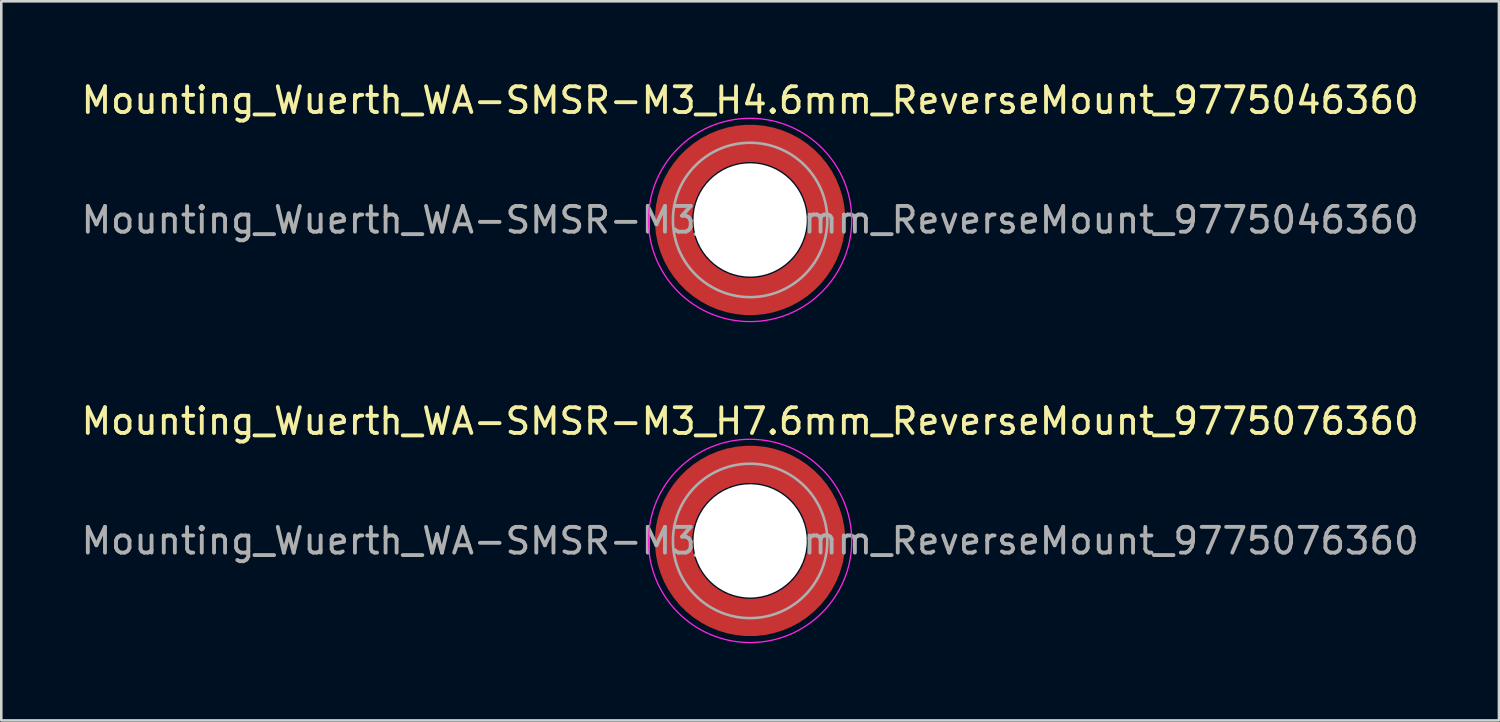
<source format=kicad_pcb>
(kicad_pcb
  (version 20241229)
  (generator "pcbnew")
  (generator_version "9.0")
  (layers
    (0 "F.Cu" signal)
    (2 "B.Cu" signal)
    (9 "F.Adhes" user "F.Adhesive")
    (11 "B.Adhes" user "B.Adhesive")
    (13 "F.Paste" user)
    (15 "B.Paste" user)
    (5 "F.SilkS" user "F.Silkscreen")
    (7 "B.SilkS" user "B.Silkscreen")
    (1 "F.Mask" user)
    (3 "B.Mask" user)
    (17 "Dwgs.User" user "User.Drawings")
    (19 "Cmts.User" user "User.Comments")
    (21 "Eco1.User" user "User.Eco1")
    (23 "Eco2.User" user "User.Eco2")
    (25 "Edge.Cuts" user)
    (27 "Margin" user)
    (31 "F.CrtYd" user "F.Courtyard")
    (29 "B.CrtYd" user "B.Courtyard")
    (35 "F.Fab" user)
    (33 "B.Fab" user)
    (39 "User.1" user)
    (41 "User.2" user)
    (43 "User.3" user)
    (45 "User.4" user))
  (footprint "Mounting_Wuerth_WA-SMSR-M3_H7.6mm_ReverseMount_9775076360"
    (layer "F.Cu")
    (at 26.101 17.971)
    (property "Reference" "Mounting_Wuerth_WA-SMSR-M3_H7.6mm_ReverseMount_9775076360" (at 0 -4.65 0) (layer "F.SilkS") (effects (font (size 1 1) (thickness 0.15))))
    (attr smd)
    (fp_circle (center 0 0) (end 3.95 0) (stroke (width 0.05) (type solid)) (fill no) (layer "F.CrtYd"))
    (fp_circle (center 0 0) (end 3 0) (stroke (width 0.1) (type solid)) (fill no) (layer "F.Fab"))
    (fp_text user "${REFERENCE}" (at 0 0 0) (layer "F.Fab") (effects (font (size 1 1) (thickness 0.15))))
    (pad "" smd custom (at -2.095 -2.095) (size 0.945 0.945) (layers "F.Paste") (options (anchor circle)) (primitives (gr_arc (start -0.24231 1.594804) (mid 0.404819 0.404819) (end 1.594804 -0.24231) (width 0.2)) (gr_arc (start -0.3398 1.594804) (mid 0.337349 0.337349) (end 1.594804 -0.3398) (width 0.2)) (gr_arc (start -0.437132 1.594804) (mid 0.269879 0.269879) (end 1.594804 -0.437132) (width 0.2)) (gr_arc (start -0.534324 1.594804) (mid 0.202409 0.202409) (end 1.594804 -0.534324) (width 0.2)) (gr_arc (start -0.631391 1.594804) (mid 0.134939 0.134939) (end 1.594804 -0.631391) (width 0.2)) (gr_arc (start -0.728345 1.594804) (mid 0.06747 0.06747) (end 1.594804 -0.728345) (width 0.2)) (gr_arc (start -0.825197 1.594804) (mid 0 0) (end 1.594804 -0.825197) (width 0.2)) (gr_arc (start -0.921958 1.594804) (mid -0.067469 -0.067469) (end 1.594804 -0.921958) (width 0.2)) (gr_arc (start -1.018637 1.594804) (mid -0.13494 -0.13494) (end 1.594804 -1.018637) (width 0.2)) (gr_arc (start -1.115239 1.594804) (mid -0.202409 -0.202409) (end 1.594804 -1.115239) (width 0.2)) (gr_arc (start -1.211773 1.594804) (mid -0.269879 -0.269879) (end 1.594804 -1.211773) (width 0.2)) (gr_arc (start -1.308244 1.594804) (mid -0.337349 -0.337349) (end 1.594804 -1.308244) (width 0.2)) (gr_arc (start -1.404657 1.594804) (mid -0.404819 -0.404819) (end 1.594804 -1.404657) (width 0.2)) (gr_arc (start -1.404657 1.594804) (mid -0.404819 -0.404819) (end 1.594804 -1.404657) (width 0.2)) (gr_line (start 1.595 -0.242) (end 1.595 -1.405) (width 0.2)) (gr_line (start -0.242 1.595) (end -1.405 1.595) (width 0.2))))
    (pad "" smd custom (at -2.095 2.095) (size 0.945 0.945) (layers "F.Paste") (options (anchor circle)) (primitives (gr_arc (start 1.594804 0.24231) (mid 0.404819 -0.404819) (end -0.24231 -1.594804) (width 0.2)) (gr_arc (start 1.594804 0.3398) (mid 0.337349 -0.337349) (end -0.3398 -1.594804) (width 0.2)) (gr_arc (start 1.594804 0.437132) (mid 0.269879 -0.269879) (end -0.437132 -1.594804) (width 0.2)) (gr_arc (start 1.594804 0.534324) (mid 0.202409 -0.202409) (end -0.534324 -1.594804) (width 0.2)) (gr_arc (start 1.594804 0.631391) (mid 0.134939 -0.134939) (end -0.631391 -1.594804) (width 0.2)) (gr_arc (start 1.594804 0.728345) (mid 0.06747 -0.06747) (end -0.728345 -1.594804) (width 0.2)) (gr_arc (start 1.594804 0.825197) (mid 0 0) (end -0.825197 -1.594804) (width 0.2)) (gr_arc (start 1.594804 0.921958) (mid -0.067469 0.067469) (end -0.921958 -1.594804) (width 0.2)) (gr_arc (start 1.594804 1.018637) (mid -0.13494 0.13494) (end -1.018637 -1.594804) (width 0.2)) (gr_arc (start 1.594804 1.115239) (mid -0.202409 0.202409) (end -1.115239 -1.594804) (width 0.2)) (gr_arc (start 1.594804 1.211773) (mid -0.269879 0.269879) (end -1.211773 -1.594804) (width 0.2)) (gr_arc (start 1.594804 1.308244) (mid -0.337349 0.337349) (end -1.308244 -1.594804) (width 0.2)) (gr_arc (start 1.594804 1.404657) (mid -0.404819 0.404819) (end -1.404657 -1.594804) (width 0.2)) (gr_arc (start 1.594804 1.404657) (mid -0.404819 0.404819) (end -1.404657 -1.594804) (width 0.2)) (gr_line (start -0.242 -1.595) (end -1.405 -1.595) (width 0.2)) (gr_line (start 1.595 0.242) (end 1.595 1.405) (width 0.2))))
    (pad "" np_thru_hole circle (at 0 0) (size 4.4 4.4) (drill 4.4) (layers "*.Cu" "*.Mask"))
    (pad "" smd custom (at 2.095 -2.095) (size 0.945 0.945) (layers "F.Paste") (options (anchor circle)) (primitives (gr_arc (start -1.594804 -0.24231) (mid -0.404819 0.404819) (end 0.24231 1.594804) (width 0.2)) (gr_arc (start -1.594804 -0.3398) (mid -0.337349 0.337349) (end 0.3398 1.594804) (width 0.2)) (gr_arc (start -1.594804 -0.437132) (mid -0.269879 0.269879) (end 0.437132 1.594804) (width 0.2)) (gr_arc (start -1.594804 -0.534324) (mid -0.202409 0.202409) (end 0.534324 1.594804) (width 0.2)) (gr_arc (start -1.594804 -0.631391) (mid -0.134939 0.134939) (end 0.631391 1.594804) (width 0.2)) (gr_arc (start -1.594804 -0.728345) (mid -0.06747 0.06747) (end 0.728345 1.594804) (width 0.2)) (gr_arc (start -1.594804 -0.825197) (mid 0 0) (end 0.825197 1.594804) (width 0.2)) (gr_arc (start -1.594804 -0.921958) (mid 0.067469 -0.067469) (end 0.921958 1.594804) (width 0.2)) (gr_arc (start -1.594804 -1.018637) (mid 0.13494 -0.13494) (end 1.018637 1.594804) (width 0.2)) (gr_arc (start -1.594804 -1.115239) (mid 0.202409 -0.202409) (end 1.115239 1.594804) (width 0.2)) (gr_arc (start -1.594804 -1.211773) (mid 0.269879 -0.269879) (end 1.211773 1.594804) (width 0.2)) (gr_arc (start -1.594804 -1.308244) (mid 0.337349 -0.337349) (end 1.308244 1.594804) (width 0.2)) (gr_arc (start -1.594804 -1.404657) (mid 0.404819 -0.404819) (end 1.404657 1.594804) (width 0.2)) (gr_arc (start -1.594804 -1.404657) (mid 0.404819 -0.404819) (end 1.404657 1.594804) (width 0.2)) (gr_line (start 0.242 1.595) (end 1.405 1.595) (width 0.2)) (gr_line (start -1.595 -0.242) (end -1.595 -1.405) (width 0.2))))
    (pad "" smd custom (at 2.095 2.095) (size 0.945 0.945) (layers "F.Paste") (options (anchor circle)) (primitives (gr_arc (start 0.24231 -1.594804) (mid -0.404819 -0.404819) (end -1.594804 0.24231) (width 0.2)) (gr_arc (start 0.3398 -1.594804) (mid -0.337349 -0.337349) (end -1.594804 0.3398) (width 0.2)) (gr_arc (start 0.437132 -1.594804) (mid -0.269879 -0.269879) (end -1.594804 0.437132) (width 0.2)) (gr_arc (start 0.534324 -1.594804) (mid -0.202409 -0.202409) (end -1.594804 0.534324) (width 0.2)) (gr_arc (start 0.631391 -1.594804) (mid -0.134939 -0.134939) (end -1.594804 0.631391) (width 0.2)) (gr_arc (start 0.728345 -1.594804) (mid -0.06747 -0.06747) (end -1.594804 0.728345) (width 0.2)) (gr_arc (start 0.825197 -1.594804) (mid 0 0) (end -1.594804 0.825197) (width 0.2)) (gr_arc (start 0.921958 -1.594804) (mid 0.067469 0.067469) (end -1.594804 0.921958) (width 0.2)) (gr_arc (start 1.018637 -1.594804) (mid 0.13494 0.13494) (end -1.594804 1.018637) (width 0.2)) (gr_arc (start 1.115239 -1.594804) (mid 0.202409 0.202409) (end -1.594804 1.115239) (width 0.2)) (gr_arc (start 1.211773 -1.594804) (mid 0.269879 0.269879) (end -1.594804 1.211773) (width 0.2)) (gr_arc (start 1.308244 -1.594804) (mid 0.337349 0.337349) (end -1.594804 1.308244) (width 0.2)) (gr_arc (start 1.404657 -1.594804) (mid 0.404819 0.404819) (end -1.594804 1.404657) (width 0.2)) (gr_arc (start 1.404657 -1.594804) (mid 0.404819 0.404819) (end -1.594804 1.404657) (width 0.2)) (gr_line (start -1.595 0.242) (end -1.595 1.405) (width 0.2)) (gr_line (start 0.242 -1.595) (end 1.405 -1.595) (width 0.2))))
    (pad "1" smd circle (at -2.975 0) (size 1.05 1.05) (layers "F.Cu"))
    (pad "1" smd circle (at 0 -2.975) (size 1.05 1.05) (layers "F.Cu"))
    (pad "1" smd circle (at 0 2.975) (size 1.05 1.05) (layers "F.Cu"))
    (pad "1" smd custom (at 2.975 0) (size 1.05 1.05) (layers "F.Cu" "F.Mask") (options (anchor circle)) (primitives (gr_circle (center -2.975 0) (end 0 0) (width 1.45) (fill no)))))
  (footprint "Mounting_Wuerth_WA-SMSR-M3_H4.6mm_ReverseMount_9775046360"
    (layer "F.Cu")
    (at 26.101 5.498)
    (property "Reference" "Mounting_Wuerth_WA-SMSR-M3_H4.6mm_ReverseMount_9775046360" (at 0 -4.65 0) (layer "F.SilkS") (effects (font (size 1 1) (thickness 0.15))))
    (attr smd)
    (fp_circle (center 0 0) (end 3.95 0) (stroke (width 0.05) (type solid)) (fill no) (layer "F.CrtYd"))
    (fp_circle (center 0 0) (end 3 0) (stroke (width 0.1) (type solid)) (fill no) (layer "F.Fab"))
    (fp_text user "${REFERENCE}" (at 0 0 0) (layer "F.Fab") (effects (font (size 1 1) (thickness 0.15))))
    (pad "" smd custom (at -2.095 -2.095) (size 0.945 0.945) (layers "F.Paste") (options (anchor circle)) (primitives (gr_arc (start -0.24231 1.594804) (mid 0.404819 0.404819) (end 1.594804 -0.24231) (width 0.2)) (gr_arc (start -0.3398 1.594804) (mid 0.337349 0.337349) (end 1.594804 -0.3398) (width 0.2)) (gr_arc (start -0.437132 1.594804) (mid 0.269879 0.269879) (end 1.594804 -0.437132) (width 0.2)) (gr_arc (start -0.534324 1.594804) (mid 0.202409 0.202409) (end 1.594804 -0.534324) (width 0.2)) (gr_arc (start -0.631391 1.594804) (mid 0.134939 0.134939) (end 1.594804 -0.631391) (width 0.2)) (gr_arc (start -0.728345 1.594804) (mid 0.06747 0.06747) (end 1.594804 -0.728345) (width 0.2)) (gr_arc (start -0.825197 1.594804) (mid 0 0) (end 1.594804 -0.825197) (width 0.2)) (gr_arc (start -0.921958 1.594804) (mid -0.067469 -0.067469) (end 1.594804 -0.921958) (width 0.2)) (gr_arc (start -1.018637 1.594804) (mid -0.13494 -0.13494) (end 1.594804 -1.018637) (width 0.2)) (gr_arc (start -1.115239 1.594804) (mid -0.202409 -0.202409) (end 1.594804 -1.115239) (width 0.2)) (gr_arc (start -1.211773 1.594804) (mid -0.269879 -0.269879) (end 1.594804 -1.211773) (width 0.2)) (gr_arc (start -1.308244 1.594804) (mid -0.337349 -0.337349) (end 1.594804 -1.308244) (width 0.2)) (gr_arc (start -1.404657 1.594804) (mid -0.404819 -0.404819) (end 1.594804 -1.404657) (width 0.2)) (gr_arc (start -1.404657 1.594804) (mid -0.404819 -0.404819) (end 1.594804 -1.404657) (width 0.2)) (gr_line (start 1.595 -0.242) (end 1.595 -1.405) (width 0.2)) (gr_line (start -0.242 1.595) (end -1.405 1.595) (width 0.2))))
    (pad "" smd custom (at -2.095 2.095) (size 0.945 0.945) (layers "F.Paste") (options (anchor circle)) (primitives (gr_arc (start 1.594804 0.24231) (mid 0.404819 -0.404819) (end -0.24231 -1.594804) (width 0.2)) (gr_arc (start 1.594804 0.3398) (mid 0.337349 -0.337349) (end -0.3398 -1.594804) (width 0.2)) (gr_arc (start 1.594804 0.437132) (mid 0.269879 -0.269879) (end -0.437132 -1.594804) (width 0.2)) (gr_arc (start 1.594804 0.534324) (mid 0.202409 -0.202409) (end -0.534324 -1.594804) (width 0.2)) (gr_arc (start 1.594804 0.631391) (mid 0.134939 -0.134939) (end -0.631391 -1.594804) (width 0.2)) (gr_arc (start 1.594804 0.728345) (mid 0.06747 -0.06747) (end -0.728345 -1.594804) (width 0.2)) (gr_arc (start 1.594804 0.825197) (mid 0 0) (end -0.825197 -1.594804) (width 0.2)) (gr_arc (start 1.594804 0.921958) (mid -0.067469 0.067469) (end -0.921958 -1.594804) (width 0.2)) (gr_arc (start 1.594804 1.018637) (mid -0.13494 0.13494) (end -1.018637 -1.594804) (width 0.2)) (gr_arc (start 1.594804 1.115239) (mid -0.202409 0.202409) (end -1.115239 -1.594804) (width 0.2)) (gr_arc (start 1.594804 1.211773) (mid -0.269879 0.269879) (end -1.211773 -1.594804) (width 0.2)) (gr_arc (start 1.594804 1.308244) (mid -0.337349 0.337349) (end -1.308244 -1.594804) (width 0.2)) (gr_arc (start 1.594804 1.404657) (mid -0.404819 0.404819) (end -1.404657 -1.594804) (width 0.2)) (gr_arc (start 1.594804 1.404657) (mid -0.404819 0.404819) (end -1.404657 -1.594804) (width 0.2)) (gr_line (start -0.242 -1.595) (end -1.405 -1.595) (width 0.2)) (gr_line (start 1.595 0.242) (end 1.595 1.405) (width 0.2))))
    (pad "" np_thru_hole circle (at 0 0) (size 4.4 4.4) (drill 4.4) (layers "*.Cu" "*.Mask"))
    (pad "" smd custom (at 2.095 -2.095) (size 0.945 0.945) (layers "F.Paste") (options (anchor circle)) (primitives (gr_arc (start -1.594804 -0.24231) (mid -0.404819 0.404819) (end 0.24231 1.594804) (width 0.2)) (gr_arc (start -1.594804 -0.3398) (mid -0.337349 0.337349) (end 0.3398 1.594804) (width 0.2)) (gr_arc (start -1.594804 -0.437132) (mid -0.269879 0.269879) (end 0.437132 1.594804) (width 0.2)) (gr_arc (start -1.594804 -0.534324) (mid -0.202409 0.202409) (end 0.534324 1.594804) (width 0.2)) (gr_arc (start -1.594804 -0.631391) (mid -0.134939 0.134939) (end 0.631391 1.594804) (width 0.2)) (gr_arc (start -1.594804 -0.728345) (mid -0.06747 0.06747) (end 0.728345 1.594804) (width 0.2)) (gr_arc (start -1.594804 -0.825197) (mid 0 0) (end 0.825197 1.594804) (width 0.2)) (gr_arc (start -1.594804 -0.921958) (mid 0.067469 -0.067469) (end 0.921958 1.594804) (width 0.2)) (gr_arc (start -1.594804 -1.018637) (mid 0.13494 -0.13494) (end 1.018637 1.594804) (width 0.2)) (gr_arc (start -1.594804 -1.115239) (mid 0.202409 -0.202409) (end 1.115239 1.594804) (width 0.2)) (gr_arc (start -1.594804 -1.211773) (mid 0.269879 -0.269879) (end 1.211773 1.594804) (width 0.2)) (gr_arc (start -1.594804 -1.308244) (mid 0.337349 -0.337349) (end 1.308244 1.594804) (width 0.2)) (gr_arc (start -1.594804 -1.404657) (mid 0.404819 -0.404819) (end 1.404657 1.594804) (width 0.2)) (gr_arc (start -1.594804 -1.404657) (mid 0.404819 -0.404819) (end 1.404657 1.594804) (width 0.2)) (gr_line (start 0.242 1.595) (end 1.405 1.595) (width 0.2)) (gr_line (start -1.595 -0.242) (end -1.595 -1.405) (width 0.2))))
    (pad "" smd custom (at 2.095 2.095) (size 0.945 0.945) (layers "F.Paste") (options (anchor circle)) (primitives (gr_arc (start 0.24231 -1.594804) (mid -0.404819 -0.404819) (end -1.594804 0.24231) (width 0.2)) (gr_arc (start 0.3398 -1.594804) (mid -0.337349 -0.337349) (end -1.594804 0.3398) (width 0.2)) (gr_arc (start 0.437132 -1.594804) (mid -0.269879 -0.269879) (end -1.594804 0.437132) (width 0.2)) (gr_arc (start 0.534324 -1.594804) (mid -0.202409 -0.202409) (end -1.594804 0.534324) (width 0.2)) (gr_arc (start 0.631391 -1.594804) (mid -0.134939 -0.134939) (end -1.594804 0.631391) (width 0.2)) (gr_arc (start 0.728345 -1.594804) (mid -0.06747 -0.06747) (end -1.594804 0.728345) (width 0.2)) (gr_arc (start 0.825197 -1.594804) (mid 0 0) (end -1.594804 0.825197) (width 0.2)) (gr_arc (start 0.921958 -1.594804) (mid 0.067469 0.067469) (end -1.594804 0.921958) (width 0.2)) (gr_arc (start 1.018637 -1.594804) (mid 0.13494 0.13494) (end -1.594804 1.018637) (width 0.2)) (gr_arc (start 1.115239 -1.594804) (mid 0.202409 0.202409) (end -1.594804 1.115239) (width 0.2)) (gr_arc (start 1.211773 -1.594804) (mid 0.269879 0.269879) (end -1.594804 1.211773) (width 0.2)) (gr_arc (start 1.308244 -1.594804) (mid 0.337349 0.337349) (end -1.594804 1.308244) (width 0.2)) (gr_arc (start 1.404657 -1.594804) (mid 0.404819 0.404819) (end -1.594804 1.404657) (width 0.2)) (gr_arc (start 1.404657 -1.594804) (mid 0.404819 0.404819) (end -1.594804 1.404657) (width 0.2)) (gr_line (start -1.595 0.242) (end -1.595 1.405) (width 0.2)) (gr_line (start 0.242 -1.595) (end 1.405 -1.595) (width 0.2))))
    (pad "1" smd circle (at -2.975 0) (size 1.05 1.05) (layers "F.Cu"))
    (pad "1" smd circle (at 0 -2.975) (size 1.05 1.05) (layers "F.Cu"))
    (pad "1" smd circle (at 0 2.975) (size 1.05 1.05) (layers "F.Cu"))
    (pad "1" smd custom (at 2.975 0) (size 1.05 1.05) (layers "F.Cu" "F.Mask") (options (anchor circle)) (primitives (gr_circle (center -2.975 0) (end 0 0) (width 1.45) (fill no)))))
  (gr_rect
    (start -3 -3)
    (end 55.202 24.947)
    (stroke (width 0.1) (type default))
    (fill no)
    (layer "Edge.Cuts")))
</source>
